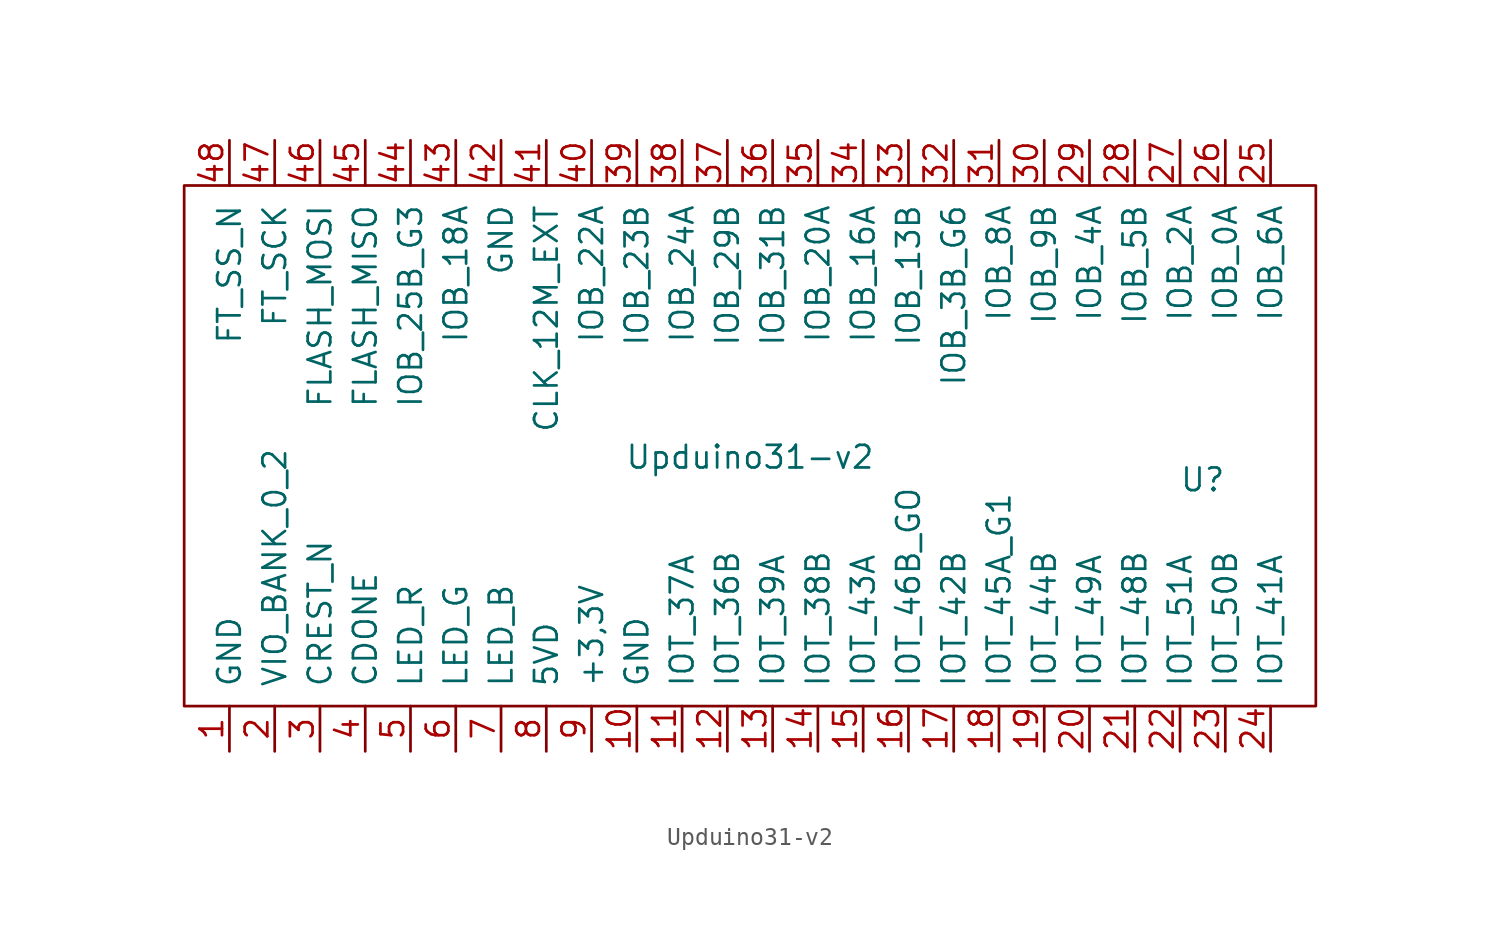
<source format=kicad_sym>
(kicad_symbol_lib
  (version 20211014)
  (generator kicad_symbol_editor)
  (symbol "Upduino31-v2"
    (pin_names
      (offset 1.016))
    (property "Reference" "U"
      (at 57.15 12.7 0)
      (effects (font (size 1.27 1.27))))
    (property "Value" "Upduino31-v2"
      (at 31.75 13.97 0)
      (effects (font (size 1.27 1.27))))
    (symbol "Upduino31-v2_0_1"
      (rectangle (start 0 0) (end 63.5 29.21) (stroke (width 0) (type default) (color 0 0 0 0)) (fill (type none))))
    (symbol "Upduino31-v2_1_1"
      (pin power_in line (at 2.54 -2.54 90) (length 2.54) (name "GND" (effects (font (size 1.27 1.27)))) (number "1" (effects (font (size 1.27 1.27)))))
      (pin bidirectional line (at 25.4 -2.54 90) (length 2.54) (name "GND" (effects (font (size 1.27 1.27)))) (number "10" (effects (font (size 1.27 1.27)))))
      (pin output line (at 27.94 -2.54 90) (length 2.54) (name "IOT_37A" (effects (font (size 1.27 1.27)))) (number "11" (effects (font (size 1.27 1.27)))))
      (pin input line (at 30.48 -2.54 90) (length 2.54) (name "IOT_36B" (effects (font (size 1.27 1.27)))) (number "12" (effects (font (size 1.27 1.27)))))
      (pin input line (at 33.02 -2.54 90) (length 2.54) (name "IOT_39A" (effects (font (size 1.27 1.27)))) (number "13" (effects (font (size 1.27 1.27)))))
      (pin input line (at 35.56 -2.54 90) (length 2.54) (name "IOT_38B" (effects (font (size 1.27 1.27)))) (number "14" (effects (font (size 1.27 1.27)))))
      (pin input line (at 38.1 -2.54 90) (length 2.54) (name "IOT_43A" (effects (font (size 1.27 1.27)))) (number "15" (effects (font (size 1.27 1.27)))))
      (pin input line (at 40.64 -2.54 90) (length 2.54) (name "IOT_46B_GO" (effects (font (size 1.27 1.27)))) (number "16" (effects (font (size 1.27 1.27)))))
      (pin input line (at 43.18 -2.54 90) (length 2.54) (name "IOT_42B" (effects (font (size 1.27 1.27)))) (number "17" (effects (font (size 1.27 1.27)))))
      (pin input line (at 45.72 -2.54 90) (length 2.54) (name "IOT_45A_G1" (effects (font (size 1.27 1.27)))) (number "18" (effects (font (size 1.27 1.27)))))
      (pin input line (at 48.26 -2.54 90) (length 2.54) (name "IOT_44B" (effects (font (size 1.27 1.27)))) (number "19" (effects (font (size 1.27 1.27)))))
      (pin unspecified line (at 5.08 -2.54 90) (length 2.54) (name "VIO_BANK_0_2" (effects (font (size 1.27 1.27)))) (number "2" (effects (font (size 1.27 1.27)))))
      (pin input line (at 50.8 -2.54 90) (length 2.54) (name "IOT_49A" (effects (font (size 1.27 1.27)))) (number "20" (effects (font (size 1.27 1.27)))))
      (pin input line (at 53.34 -2.54 90) (length 2.54) (name "IOT_48B" (effects (font (size 1.27 1.27)))) (number "21" (effects (font (size 1.27 1.27)))))
      (pin input line (at 55.88 -2.54 90) (length 2.54) (name "IOT_51A" (effects (font (size 1.27 1.27)))) (number "22" (effects (font (size 1.27 1.27)))))
      (pin input line (at 58.42 -2.54 90) (length 2.54) (name "IOT_50B" (effects (font (size 1.27 1.27)))) (number "23" (effects (font (size 1.27 1.27)))))
      (pin input line (at 60.96 -2.54 90) (length 2.54) (name "IOT_41A" (effects (font (size 1.27 1.27)))) (number "24" (effects (font (size 1.27 1.27)))))
      (pin input line (at 60.96 31.75 270) (length 2.54) (name "IOB_6A" (effects (font (size 1.27 1.27)))) (number "25" (effects (font (size 1.27 1.27)))))
      (pin input line (at 58.42 31.75 270) (length 2.54) (name "IOB_0A" (effects (font (size 1.27 1.27)))) (number "26" (effects (font (size 1.27 1.27)))))
      (pin input line (at 55.88 31.75 270) (length 2.54) (name "IOB_2A" (effects (font (size 1.27 1.27)))) (number "27" (effects (font (size 1.27 1.27)))))
      (pin input line (at 53.34 31.75 270) (length 2.54) (name "IOB_5B" (effects (font (size 1.27 1.27)))) (number "28" (effects (font (size 1.27 1.27)))))
      (pin input line (at 50.8 31.75 270) (length 2.54) (name "IOB_4A" (effects (font (size 1.27 1.27)))) (number "29" (effects (font (size 1.27 1.27)))))
      (pin unspecified line (at 7.62 -2.54 90) (length 2.54) (name "CREST_N" (effects (font (size 1.27 1.27)))) (number "3" (effects (font (size 1.27 1.27)))))
      (pin input line (at 48.26 31.75 270) (length 2.54) (name "IOB_9B" (effects (font (size 1.27 1.27)))) (number "30" (effects (font (size 1.27 1.27)))))
      (pin input line (at 45.72 31.75 270) (length 2.54) (name "IOB_8A" (effects (font (size 1.27 1.27)))) (number "31" (effects (font (size 1.27 1.27)))))
      (pin input line (at 43.18 31.75 270) (length 2.54) (name "IOB_3B_G6" (effects (font (size 1.27 1.27)))) (number "32" (effects (font (size 1.27 1.27)))))
      (pin input line (at 40.64 31.75 270) (length 2.54) (name "IOB_13B" (effects (font (size 1.27 1.27)))) (number "33" (effects (font (size 1.27 1.27)))))
      (pin input line (at 38.1 31.75 270) (length 2.54) (name "IOB_16A" (effects (font (size 1.27 1.27)))) (number "34" (effects (font (size 1.27 1.27)))))
      (pin input line (at 35.56 31.75 270) (length 2.54) (name "IOB_20A" (effects (font (size 1.27 1.27)))) (number "35" (effects (font (size 1.27 1.27)))))
      (pin input line (at 33.02 31.75 270) (length 2.54) (name "IOB_31B" (effects (font (size 1.27 1.27)))) (number "36" (effects (font (size 1.27 1.27)))))
      (pin input line (at 30.48 31.75 270) (length 2.54) (name "IOB_29B" (effects (font (size 1.27 1.27)))) (number "37" (effects (font (size 1.27 1.27)))))
      (pin input line (at 27.94 31.75 270) (length 2.54) (name "IOB_24A" (effects (font (size 1.27 1.27)))) (number "38" (effects (font (size 1.27 1.27)))))
      (pin output line (at 25.4 31.75 270) (length 2.54) (name "IOB_23B" (effects (font (size 1.27 1.27)))) (number "39" (effects (font (size 1.27 1.27)))))
      (pin unspecified line (at 10.16 -2.54 90) (length 2.54) (name "CDONE" (effects (font (size 1.27 1.27)))) (number "4" (effects (font (size 1.27 1.27)))))
      (pin output line (at 22.86 31.75 270) (length 2.54) (name "IOB_22A" (effects (font (size 1.27 1.27)))) (number "40" (effects (font (size 1.27 1.27)))))
      (pin output line (at 20.32 31.75 270) (length 2.54) (name "CLK_12M_EXT" (effects (font (size 1.27 1.27)))) (number "41" (effects (font (size 1.27 1.27)))))
      (pin power_in line (at 17.78 31.75 270) (length 2.54) (name "GND" (effects (font (size 1.27 1.27)))) (number "42" (effects (font (size 1.27 1.27)))))
      (pin bidirectional line (at 15.24 31.75 270) (length 2.54) (name "IOB_18A" (effects (font (size 1.27 1.27)))) (number "43" (effects (font (size 1.27 1.27)))))
      (pin input line (at 12.7 31.75 270) (length 2.54) (name "IOB_25B_G3" (effects (font (size 1.27 1.27)))) (number "44" (effects (font (size 1.27 1.27)))))
      (pin unspecified line (at 10.16 31.75 270) (length 2.54) (name "FLASH_MISO" (effects (font (size 1.27 1.27)))) (number "45" (effects (font (size 1.27 1.27)))))
      (pin unspecified line (at 7.62 31.75 270) (length 2.54) (name "FLASH_MOSI" (effects (font (size 1.27 1.27)))) (number "46" (effects (font (size 1.27 1.27)))))
      (pin unspecified line (at 5.08 31.75 270) (length 2.54) (name "FT_SCK" (effects (font (size 1.27 1.27)))) (number "47" (effects (font (size 1.27 1.27)))))
      (pin unspecified line (at 2.54 31.75 270) (length 2.54) (name "FT_SS_N" (effects (font (size 1.27 1.27)))) (number "48" (effects (font (size 1.27 1.27)))))
      (pin output line (at 12.7 -2.54 90) (length 2.54) (name "LED_R" (effects (font (size 1.27 1.27)))) (number "5" (effects (font (size 1.27 1.27)))))
      (pin output line (at 15.24 -2.54 90) (length 2.54) (name "LED_G" (effects (font (size 1.27 1.27)))) (number "6" (effects (font (size 1.27 1.27)))))
      (pin output line (at 17.78 -2.54 90) (length 2.54) (name "LED_B" (effects (font (size 1.27 1.27)))) (number "7" (effects (font (size 1.27 1.27)))))
      (pin power_out line (at 20.32 -2.54 90) (length 2.54) (name "5VD" (effects (font (size 1.27 1.27)))) (number "8" (effects (font (size 1.27 1.27)))))
      (pin power_out line (at 22.86 -2.54 90) (length 2.54) (name "+3,3V" (effects (font (size 1.27 1.27)))) (number "9" (effects (font (size 1.27 1.27))))))))
</source>
